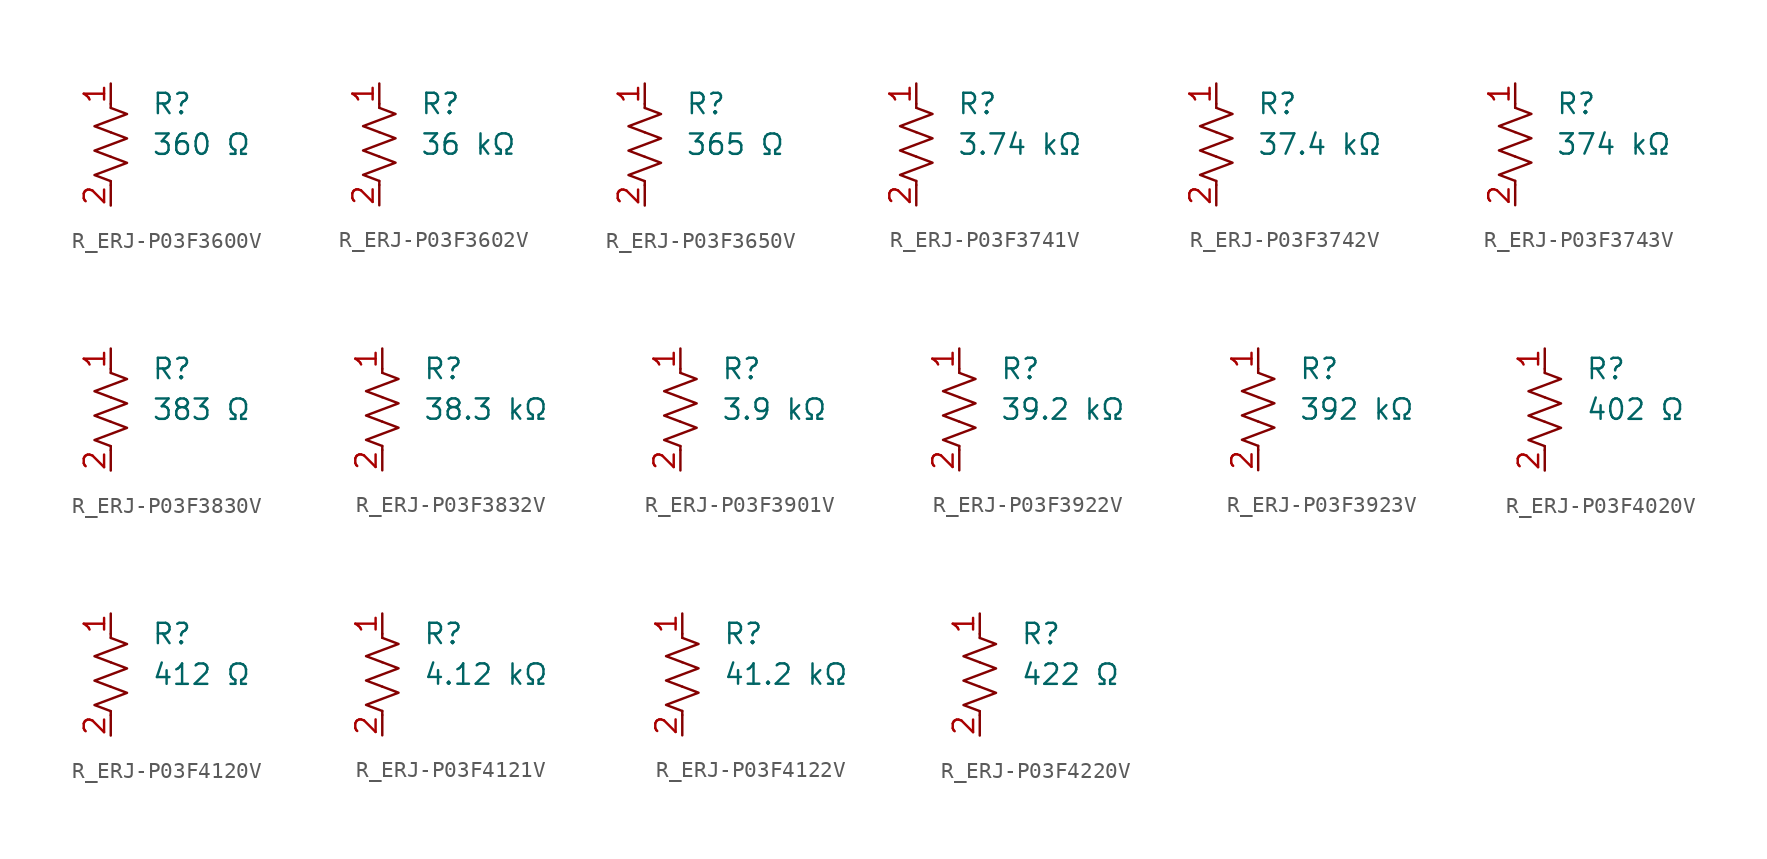
<source format=kicad_sym>
(kicad_symbol_lib
  (version 20231120)
  (generator "kicad_symbol_editor")
  (generator_version "8.0")
  (symbol "R_ERJ-P03F3600V"
    (pin_names
      (offset 0.254))
    (property "Value" "360 Ω"
      (at 2.54 0 0)
      (effects (font (size 1.27 1.27)) (justify left)))
    (property "Reference" "R"
      (at 2.54 2.54 0)
      (effects (font (size 1.27 1.27)) (justify left)))
    (symbol "R_ERJ-P03F3600V_0_1"
      (polyline (pts (xy 0 -2.286) (xy 0 -2.54)) (stroke (width 0) (type default)) (fill (type none)))
      (polyline (pts (xy 0 2.286) (xy 0 2.54)) (stroke (width 0) (type default)) (fill (type none)))
      (polyline (pts (xy 0 -0.762) (xy 1.016 -1.143) (xy 0 -1.524) (xy -1.016 -1.905) (xy 0 -2.286)) (stroke (width 0) (type default)) (fill (type none)))
      (polyline (pts (xy 0 0.762) (xy 1.016 0.381) (xy 0 0) (xy -1.016 -0.381) (xy 0 -0.762)) (stroke (width 0) (type default)) (fill (type none)))
      (polyline (pts (xy 0 2.286) (xy 1.016 1.905) (xy 0 1.524) (xy -1.016 1.143) (xy 0 0.762)) (stroke (width 0) (type default)) (fill (type none))))
    (symbol "R_ERJ-P03F3600V_1_1"
      (pin passive line (at 0 3.81 270) (length 1.27) (name "~" (effects (font (size 1.27 1.27)))) (number "1" (effects (font (size 1.27 1.27)))))
      (pin passive line (at 0 -3.81 90) (length 1.27) (name "~" (effects (font (size 1.27 1.27)))) (number "2" (effects (font (size 1.27 1.27)))))))
  (symbol "R_ERJ-P03F3602V"
    (pin_names
      (offset 0.254))
    (property "Value" "36 kΩ"
      (at 2.54 0 0)
      (effects (font (size 1.27 1.27)) (justify left)))
    (property "Reference" "R"
      (at 2.54 2.54 0)
      (effects (font (size 1.27 1.27)) (justify left)))
    (symbol "R_ERJ-P03F3602V_0_1"
      (polyline (pts (xy 0 -2.286) (xy 0 -2.54)) (stroke (width 0) (type default)) (fill (type none)))
      (polyline (pts (xy 0 2.286) (xy 0 2.54)) (stroke (width 0) (type default)) (fill (type none)))
      (polyline (pts (xy 0 -0.762) (xy 1.016 -1.143) (xy 0 -1.524) (xy -1.016 -1.905) (xy 0 -2.286)) (stroke (width 0) (type default)) (fill (type none)))
      (polyline (pts (xy 0 0.762) (xy 1.016 0.381) (xy 0 0) (xy -1.016 -0.381) (xy 0 -0.762)) (stroke (width 0) (type default)) (fill (type none)))
      (polyline (pts (xy 0 2.286) (xy 1.016 1.905) (xy 0 1.524) (xy -1.016 1.143) (xy 0 0.762)) (stroke (width 0) (type default)) (fill (type none))))
    (symbol "R_ERJ-P03F3602V_1_1"
      (pin passive line (at 0 3.81 270) (length 1.27) (name "~" (effects (font (size 1.27 1.27)))) (number "1" (effects (font (size 1.27 1.27)))))
      (pin passive line (at 0 -3.81 90) (length 1.27) (name "~" (effects (font (size 1.27 1.27)))) (number "2" (effects (font (size 1.27 1.27)))))))
  (symbol "R_ERJ-P03F3650V"
    (pin_names
      (offset 0.254))
    (property "Value" "365 Ω"
      (at 2.54 0 0)
      (effects (font (size 1.27 1.27)) (justify left)))
    (property "Reference" "R"
      (at 2.54 2.54 0)
      (effects (font (size 1.27 1.27)) (justify left)))
    (symbol "R_ERJ-P03F3650V_0_1"
      (polyline (pts (xy 0 -2.286) (xy 0 -2.54)) (stroke (width 0) (type default)) (fill (type none)))
      (polyline (pts (xy 0 2.286) (xy 0 2.54)) (stroke (width 0) (type default)) (fill (type none)))
      (polyline (pts (xy 0 -0.762) (xy 1.016 -1.143) (xy 0 -1.524) (xy -1.016 -1.905) (xy 0 -2.286)) (stroke (width 0) (type default)) (fill (type none)))
      (polyline (pts (xy 0 0.762) (xy 1.016 0.381) (xy 0 0) (xy -1.016 -0.381) (xy 0 -0.762)) (stroke (width 0) (type default)) (fill (type none)))
      (polyline (pts (xy 0 2.286) (xy 1.016 1.905) (xy 0 1.524) (xy -1.016 1.143) (xy 0 0.762)) (stroke (width 0) (type default)) (fill (type none))))
    (symbol "R_ERJ-P03F3650V_1_1"
      (pin passive line (at 0 3.81 270) (length 1.27) (name "~" (effects (font (size 1.27 1.27)))) (number "1" (effects (font (size 1.27 1.27)))))
      (pin passive line (at 0 -3.81 90) (length 1.27) (name "~" (effects (font (size 1.27 1.27)))) (number "2" (effects (font (size 1.27 1.27)))))))
  (symbol "R_ERJ-P03F3741V"
    (pin_names
      (offset 0.254))
    (property "Value" "3.74 kΩ"
      (at 2.54 0 0)
      (effects (font (size 1.27 1.27)) (justify left)))
    (property "Reference" "R"
      (at 2.54 2.54 0)
      (effects (font (size 1.27 1.27)) (justify left)))
    (symbol "R_ERJ-P03F3741V_0_1"
      (polyline (pts (xy 0 -2.286) (xy 0 -2.54)) (stroke (width 0) (type default)) (fill (type none)))
      (polyline (pts (xy 0 2.286) (xy 0 2.54)) (stroke (width 0) (type default)) (fill (type none)))
      (polyline (pts (xy 0 -0.762) (xy 1.016 -1.143) (xy 0 -1.524) (xy -1.016 -1.905) (xy 0 -2.286)) (stroke (width 0) (type default)) (fill (type none)))
      (polyline (pts (xy 0 0.762) (xy 1.016 0.381) (xy 0 0) (xy -1.016 -0.381) (xy 0 -0.762)) (stroke (width 0) (type default)) (fill (type none)))
      (polyline (pts (xy 0 2.286) (xy 1.016 1.905) (xy 0 1.524) (xy -1.016 1.143) (xy 0 0.762)) (stroke (width 0) (type default)) (fill (type none))))
    (symbol "R_ERJ-P03F3741V_1_1"
      (pin passive line (at 0 3.81 270) (length 1.27) (name "~" (effects (font (size 1.27 1.27)))) (number "1" (effects (font (size 1.27 1.27)))))
      (pin passive line (at 0 -3.81 90) (length 1.27) (name "~" (effects (font (size 1.27 1.27)))) (number "2" (effects (font (size 1.27 1.27)))))))
  (symbol "R_ERJ-P03F3742V"
    (pin_names
      (offset 0.254))
    (property "Value" "37.4 kΩ"
      (at 2.54 0 0)
      (effects (font (size 1.27 1.27)) (justify left)))
    (property "Reference" "R"
      (at 2.54 2.54 0)
      (effects (font (size 1.27 1.27)) (justify left)))
    (symbol "R_ERJ-P03F3742V_0_1"
      (polyline (pts (xy 0 -2.286) (xy 0 -2.54)) (stroke (width 0) (type default)) (fill (type none)))
      (polyline (pts (xy 0 2.286) (xy 0 2.54)) (stroke (width 0) (type default)) (fill (type none)))
      (polyline (pts (xy 0 -0.762) (xy 1.016 -1.143) (xy 0 -1.524) (xy -1.016 -1.905) (xy 0 -2.286)) (stroke (width 0) (type default)) (fill (type none)))
      (polyline (pts (xy 0 0.762) (xy 1.016 0.381) (xy 0 0) (xy -1.016 -0.381) (xy 0 -0.762)) (stroke (width 0) (type default)) (fill (type none)))
      (polyline (pts (xy 0 2.286) (xy 1.016 1.905) (xy 0 1.524) (xy -1.016 1.143) (xy 0 0.762)) (stroke (width 0) (type default)) (fill (type none))))
    (symbol "R_ERJ-P03F3742V_1_1"
      (pin passive line (at 0 3.81 270) (length 1.27) (name "~" (effects (font (size 1.27 1.27)))) (number "1" (effects (font (size 1.27 1.27)))))
      (pin passive line (at 0 -3.81 90) (length 1.27) (name "~" (effects (font (size 1.27 1.27)))) (number "2" (effects (font (size 1.27 1.27)))))))
  (symbol "R_ERJ-P03F3743V"
    (pin_names
      (offset 0.254))
    (property "Value" "374 kΩ"
      (at 2.54 0 0)
      (effects (font (size 1.27 1.27)) (justify left)))
    (property "Reference" "R"
      (at 2.54 2.54 0)
      (effects (font (size 1.27 1.27)) (justify left)))
    (symbol "R_ERJ-P03F3743V_0_1"
      (polyline (pts (xy 0 -2.286) (xy 0 -2.54)) (stroke (width 0) (type default)) (fill (type none)))
      (polyline (pts (xy 0 2.286) (xy 0 2.54)) (stroke (width 0) (type default)) (fill (type none)))
      (polyline (pts (xy 0 -0.762) (xy 1.016 -1.143) (xy 0 -1.524) (xy -1.016 -1.905) (xy 0 -2.286)) (stroke (width 0) (type default)) (fill (type none)))
      (polyline (pts (xy 0 0.762) (xy 1.016 0.381) (xy 0 0) (xy -1.016 -0.381) (xy 0 -0.762)) (stroke (width 0) (type default)) (fill (type none)))
      (polyline (pts (xy 0 2.286) (xy 1.016 1.905) (xy 0 1.524) (xy -1.016 1.143) (xy 0 0.762)) (stroke (width 0) (type default)) (fill (type none))))
    (symbol "R_ERJ-P03F3743V_1_1"
      (pin passive line (at 0 3.81 270) (length 1.27) (name "~" (effects (font (size 1.27 1.27)))) (number "1" (effects (font (size 1.27 1.27)))))
      (pin passive line (at 0 -3.81 90) (length 1.27) (name "~" (effects (font (size 1.27 1.27)))) (number "2" (effects (font (size 1.27 1.27)))))))
  (symbol "R_ERJ-P03F3830V"
    (pin_names
      (offset 0.254))
    (property "Value" "383 Ω"
      (at 2.54 0 0)
      (effects (font (size 1.27 1.27)) (justify left)))
    (property "Reference" "R"
      (at 2.54 2.54 0)
      (effects (font (size 1.27 1.27)) (justify left)))
    (symbol "R_ERJ-P03F3830V_0_1"
      (polyline (pts (xy 0 -2.286) (xy 0 -2.54)) (stroke (width 0) (type default)) (fill (type none)))
      (polyline (pts (xy 0 2.286) (xy 0 2.54)) (stroke (width 0) (type default)) (fill (type none)))
      (polyline (pts (xy 0 -0.762) (xy 1.016 -1.143) (xy 0 -1.524) (xy -1.016 -1.905) (xy 0 -2.286)) (stroke (width 0) (type default)) (fill (type none)))
      (polyline (pts (xy 0 0.762) (xy 1.016 0.381) (xy 0 0) (xy -1.016 -0.381) (xy 0 -0.762)) (stroke (width 0) (type default)) (fill (type none)))
      (polyline (pts (xy 0 2.286) (xy 1.016 1.905) (xy 0 1.524) (xy -1.016 1.143) (xy 0 0.762)) (stroke (width 0) (type default)) (fill (type none))))
    (symbol "R_ERJ-P03F3830V_1_1"
      (pin passive line (at 0 3.81 270) (length 1.27) (name "~" (effects (font (size 1.27 1.27)))) (number "1" (effects (font (size 1.27 1.27)))))
      (pin passive line (at 0 -3.81 90) (length 1.27) (name "~" (effects (font (size 1.27 1.27)))) (number "2" (effects (font (size 1.27 1.27)))))))
  (symbol "R_ERJ-P03F3832V"
    (pin_names
      (offset 0.254))
    (property "Value" "38.3 kΩ"
      (at 2.54 0 0)
      (effects (font (size 1.27 1.27)) (justify left)))
    (property "Reference" "R"
      (at 2.54 2.54 0)
      (effects (font (size 1.27 1.27)) (justify left)))
    (symbol "R_ERJ-P03F3832V_0_1"
      (polyline (pts (xy 0 -2.286) (xy 0 -2.54)) (stroke (width 0) (type default)) (fill (type none)))
      (polyline (pts (xy 0 2.286) (xy 0 2.54)) (stroke (width 0) (type default)) (fill (type none)))
      (polyline (pts (xy 0 -0.762) (xy 1.016 -1.143) (xy 0 -1.524) (xy -1.016 -1.905) (xy 0 -2.286)) (stroke (width 0) (type default)) (fill (type none)))
      (polyline (pts (xy 0 0.762) (xy 1.016 0.381) (xy 0 0) (xy -1.016 -0.381) (xy 0 -0.762)) (stroke (width 0) (type default)) (fill (type none)))
      (polyline (pts (xy 0 2.286) (xy 1.016 1.905) (xy 0 1.524) (xy -1.016 1.143) (xy 0 0.762)) (stroke (width 0) (type default)) (fill (type none))))
    (symbol "R_ERJ-P03F3832V_1_1"
      (pin passive line (at 0 3.81 270) (length 1.27) (name "~" (effects (font (size 1.27 1.27)))) (number "1" (effects (font (size 1.27 1.27)))))
      (pin passive line (at 0 -3.81 90) (length 1.27) (name "~" (effects (font (size 1.27 1.27)))) (number "2" (effects (font (size 1.27 1.27)))))))
  (symbol "R_ERJ-P03F3901V"
    (pin_names
      (offset 0.254))
    (property "Value" "3.9 kΩ"
      (at 2.54 0 0)
      (effects (font (size 1.27 1.27)) (justify left)))
    (property "Reference" "R"
      (at 2.54 2.54 0)
      (effects (font (size 1.27 1.27)) (justify left)))
    (symbol "R_ERJ-P03F3901V_0_1"
      (polyline (pts (xy 0 -2.286) (xy 0 -2.54)) (stroke (width 0) (type default)) (fill (type none)))
      (polyline (pts (xy 0 2.286) (xy 0 2.54)) (stroke (width 0) (type default)) (fill (type none)))
      (polyline (pts (xy 0 -0.762) (xy 1.016 -1.143) (xy 0 -1.524) (xy -1.016 -1.905) (xy 0 -2.286)) (stroke (width 0) (type default)) (fill (type none)))
      (polyline (pts (xy 0 0.762) (xy 1.016 0.381) (xy 0 0) (xy -1.016 -0.381) (xy 0 -0.762)) (stroke (width 0) (type default)) (fill (type none)))
      (polyline (pts (xy 0 2.286) (xy 1.016 1.905) (xy 0 1.524) (xy -1.016 1.143) (xy 0 0.762)) (stroke (width 0) (type default)) (fill (type none))))
    (symbol "R_ERJ-P03F3901V_1_1"
      (pin passive line (at 0 3.81 270) (length 1.27) (name "~" (effects (font (size 1.27 1.27)))) (number "1" (effects (font (size 1.27 1.27)))))
      (pin passive line (at 0 -3.81 90) (length 1.27) (name "~" (effects (font (size 1.27 1.27)))) (number "2" (effects (font (size 1.27 1.27)))))))
  (symbol "R_ERJ-P03F3922V"
    (pin_names
      (offset 0.254))
    (property "Value" "39.2 kΩ"
      (at 2.54 0 0)
      (effects (font (size 1.27 1.27)) (justify left)))
    (property "Reference" "R"
      (at 2.54 2.54 0)
      (effects (font (size 1.27 1.27)) (justify left)))
    (symbol "R_ERJ-P03F3922V_0_1"
      (polyline (pts (xy 0 -2.286) (xy 0 -2.54)) (stroke (width 0) (type default)) (fill (type none)))
      (polyline (pts (xy 0 2.286) (xy 0 2.54)) (stroke (width 0) (type default)) (fill (type none)))
      (polyline (pts (xy 0 -0.762) (xy 1.016 -1.143) (xy 0 -1.524) (xy -1.016 -1.905) (xy 0 -2.286)) (stroke (width 0) (type default)) (fill (type none)))
      (polyline (pts (xy 0 0.762) (xy 1.016 0.381) (xy 0 0) (xy -1.016 -0.381) (xy 0 -0.762)) (stroke (width 0) (type default)) (fill (type none)))
      (polyline (pts (xy 0 2.286) (xy 1.016 1.905) (xy 0 1.524) (xy -1.016 1.143) (xy 0 0.762)) (stroke (width 0) (type default)) (fill (type none))))
    (symbol "R_ERJ-P03F3922V_1_1"
      (pin passive line (at 0 3.81 270) (length 1.27) (name "~" (effects (font (size 1.27 1.27)))) (number "1" (effects (font (size 1.27 1.27)))))
      (pin passive line (at 0 -3.81 90) (length 1.27) (name "~" (effects (font (size 1.27 1.27)))) (number "2" (effects (font (size 1.27 1.27)))))))
  (symbol "R_ERJ-P03F3923V"
    (pin_names
      (offset 0.254))
    (property "Value" "392 kΩ"
      (at 2.54 0 0)
      (effects (font (size 1.27 1.27)) (justify left)))
    (property "Reference" "R"
      (at 2.54 2.54 0)
      (effects (font (size 1.27 1.27)) (justify left)))
    (symbol "R_ERJ-P03F3923V_0_1"
      (polyline (pts (xy 0 -2.286) (xy 0 -2.54)) (stroke (width 0) (type default)) (fill (type none)))
      (polyline (pts (xy 0 2.286) (xy 0 2.54)) (stroke (width 0) (type default)) (fill (type none)))
      (polyline (pts (xy 0 -0.762) (xy 1.016 -1.143) (xy 0 -1.524) (xy -1.016 -1.905) (xy 0 -2.286)) (stroke (width 0) (type default)) (fill (type none)))
      (polyline (pts (xy 0 0.762) (xy 1.016 0.381) (xy 0 0) (xy -1.016 -0.381) (xy 0 -0.762)) (stroke (width 0) (type default)) (fill (type none)))
      (polyline (pts (xy 0 2.286) (xy 1.016 1.905) (xy 0 1.524) (xy -1.016 1.143) (xy 0 0.762)) (stroke (width 0) (type default)) (fill (type none))))
    (symbol "R_ERJ-P03F3923V_1_1"
      (pin passive line (at 0 3.81 270) (length 1.27) (name "~" (effects (font (size 1.27 1.27)))) (number "1" (effects (font (size 1.27 1.27)))))
      (pin passive line (at 0 -3.81 90) (length 1.27) (name "~" (effects (font (size 1.27 1.27)))) (number "2" (effects (font (size 1.27 1.27)))))))
  (symbol "R_ERJ-P03F4020V"
    (pin_names
      (offset 0.254))
    (property "Value" "402 Ω"
      (at 2.54 0 0)
      (effects (font (size 1.27 1.27)) (justify left)))
    (property "Reference" "R"
      (at 2.54 2.54 0)
      (effects (font (size 1.27 1.27)) (justify left)))
    (symbol "R_ERJ-P03F4020V_0_1"
      (polyline (pts (xy 0 -2.286) (xy 0 -2.54)) (stroke (width 0) (type default)) (fill (type none)))
      (polyline (pts (xy 0 2.286) (xy 0 2.54)) (stroke (width 0) (type default)) (fill (type none)))
      (polyline (pts (xy 0 -0.762) (xy 1.016 -1.143) (xy 0 -1.524) (xy -1.016 -1.905) (xy 0 -2.286)) (stroke (width 0) (type default)) (fill (type none)))
      (polyline (pts (xy 0 0.762) (xy 1.016 0.381) (xy 0 0) (xy -1.016 -0.381) (xy 0 -0.762)) (stroke (width 0) (type default)) (fill (type none)))
      (polyline (pts (xy 0 2.286) (xy 1.016 1.905) (xy 0 1.524) (xy -1.016 1.143) (xy 0 0.762)) (stroke (width 0) (type default)) (fill (type none))))
    (symbol "R_ERJ-P03F4020V_1_1"
      (pin passive line (at 0 3.81 270) (length 1.27) (name "~" (effects (font (size 1.27 1.27)))) (number "1" (effects (font (size 1.27 1.27)))))
      (pin passive line (at 0 -3.81 90) (length 1.27) (name "~" (effects (font (size 1.27 1.27)))) (number "2" (effects (font (size 1.27 1.27)))))))
  (symbol "R_ERJ-P03F4120V"
    (pin_names
      (offset 0.254))
    (property "Value" "412 Ω"
      (at 2.54 0 0)
      (effects (font (size 1.27 1.27)) (justify left)))
    (property "Reference" "R"
      (at 2.54 2.54 0)
      (effects (font (size 1.27 1.27)) (justify left)))
    (symbol "R_ERJ-P03F4120V_0_1"
      (polyline (pts (xy 0 -2.286) (xy 0 -2.54)) (stroke (width 0) (type default)) (fill (type none)))
      (polyline (pts (xy 0 2.286) (xy 0 2.54)) (stroke (width 0) (type default)) (fill (type none)))
      (polyline (pts (xy 0 -0.762) (xy 1.016 -1.143) (xy 0 -1.524) (xy -1.016 -1.905) (xy 0 -2.286)) (stroke (width 0) (type default)) (fill (type none)))
      (polyline (pts (xy 0 0.762) (xy 1.016 0.381) (xy 0 0) (xy -1.016 -0.381) (xy 0 -0.762)) (stroke (width 0) (type default)) (fill (type none)))
      (polyline (pts (xy 0 2.286) (xy 1.016 1.905) (xy 0 1.524) (xy -1.016 1.143) (xy 0 0.762)) (stroke (width 0) (type default)) (fill (type none))))
    (symbol "R_ERJ-P03F4120V_1_1"
      (pin passive line (at 0 3.81 270) (length 1.27) (name "~" (effects (font (size 1.27 1.27)))) (number "1" (effects (font (size 1.27 1.27)))))
      (pin passive line (at 0 -3.81 90) (length 1.27) (name "~" (effects (font (size 1.27 1.27)))) (number "2" (effects (font (size 1.27 1.27)))))))
  (symbol "R_ERJ-P03F4121V"
    (pin_names
      (offset 0.254))
    (property "Value" "4.12 kΩ"
      (at 2.54 0 0)
      (effects (font (size 1.27 1.27)) (justify left)))
    (property "Reference" "R"
      (at 2.54 2.54 0)
      (effects (font (size 1.27 1.27)) (justify left)))
    (symbol "R_ERJ-P03F4121V_0_1"
      (polyline (pts (xy 0 -2.286) (xy 0 -2.54)) (stroke (width 0) (type default)) (fill (type none)))
      (polyline (pts (xy 0 2.286) (xy 0 2.54)) (stroke (width 0) (type default)) (fill (type none)))
      (polyline (pts (xy 0 -0.762) (xy 1.016 -1.143) (xy 0 -1.524) (xy -1.016 -1.905) (xy 0 -2.286)) (stroke (width 0) (type default)) (fill (type none)))
      (polyline (pts (xy 0 0.762) (xy 1.016 0.381) (xy 0 0) (xy -1.016 -0.381) (xy 0 -0.762)) (stroke (width 0) (type default)) (fill (type none)))
      (polyline (pts (xy 0 2.286) (xy 1.016 1.905) (xy 0 1.524) (xy -1.016 1.143) (xy 0 0.762)) (stroke (width 0) (type default)) (fill (type none))))
    (symbol "R_ERJ-P03F4121V_1_1"
      (pin passive line (at 0 3.81 270) (length 1.27) (name "~" (effects (font (size 1.27 1.27)))) (number "1" (effects (font (size 1.27 1.27)))))
      (pin passive line (at 0 -3.81 90) (length 1.27) (name "~" (effects (font (size 1.27 1.27)))) (number "2" (effects (font (size 1.27 1.27)))))))
  (symbol "R_ERJ-P03F4122V"
    (pin_names
      (offset 0.254))
    (property "Value" "41.2 kΩ"
      (at 2.54 0 0)
      (effects (font (size 1.27 1.27)) (justify left)))
    (property "Reference" "R"
      (at 2.54 2.54 0)
      (effects (font (size 1.27 1.27)) (justify left)))
    (symbol "R_ERJ-P03F4122V_0_1"
      (polyline (pts (xy 0 -2.286) (xy 0 -2.54)) (stroke (width 0) (type default)) (fill (type none)))
      (polyline (pts (xy 0 2.286) (xy 0 2.54)) (stroke (width 0) (type default)) (fill (type none)))
      (polyline (pts (xy 0 -0.762) (xy 1.016 -1.143) (xy 0 -1.524) (xy -1.016 -1.905) (xy 0 -2.286)) (stroke (width 0) (type default)) (fill (type none)))
      (polyline (pts (xy 0 0.762) (xy 1.016 0.381) (xy 0 0) (xy -1.016 -0.381) (xy 0 -0.762)) (stroke (width 0) (type default)) (fill (type none)))
      (polyline (pts (xy 0 2.286) (xy 1.016 1.905) (xy 0 1.524) (xy -1.016 1.143) (xy 0 0.762)) (stroke (width 0) (type default)) (fill (type none))))
    (symbol "R_ERJ-P03F4122V_1_1"
      (pin passive line (at 0 3.81 270) (length 1.27) (name "~" (effects (font (size 1.27 1.27)))) (number "1" (effects (font (size 1.27 1.27)))))
      (pin passive line (at 0 -3.81 90) (length 1.27) (name "~" (effects (font (size 1.27 1.27)))) (number "2" (effects (font (size 1.27 1.27)))))))
  (symbol "R_ERJ-P03F4220V"
    (pin_names
      (offset 0.254))
    (property "Value" "422 Ω"
      (at 2.54 0 0)
      (effects (font (size 1.27 1.27)) (justify left)))
    (property "Reference" "R"
      (at 2.54 2.54 0)
      (effects (font (size 1.27 1.27)) (justify left)))
    (symbol "R_ERJ-P03F4220V_0_1"
      (polyline (pts (xy 0 -2.286) (xy 0 -2.54)) (stroke (width 0) (type default)) (fill (type none)))
      (polyline (pts (xy 0 2.286) (xy 0 2.54)) (stroke (width 0) (type default)) (fill (type none)))
      (polyline (pts (xy 0 -0.762) (xy 1.016 -1.143) (xy 0 -1.524) (xy -1.016 -1.905) (xy 0 -2.286)) (stroke (width 0) (type default)) (fill (type none)))
      (polyline (pts (xy 0 0.762) (xy 1.016 0.381) (xy 0 0) (xy -1.016 -0.381) (xy 0 -0.762)) (stroke (width 0) (type default)) (fill (type none)))
      (polyline (pts (xy 0 2.286) (xy 1.016 1.905) (xy 0 1.524) (xy -1.016 1.143) (xy 0 0.762)) (stroke (width 0) (type default)) (fill (type none))))
    (symbol "R_ERJ-P03F4220V_1_1"
      (pin passive line (at 0 3.81 270) (length 1.27) (name "~" (effects (font (size 1.27 1.27)))) (number "1" (effects (font (size 1.27 1.27)))))
      (pin passive line (at 0 -3.81 90) (length 1.27) (name "~" (effects (font (size 1.27 1.27)))) (number "2" (effects (font (size 1.27 1.27))))))))
</source>
